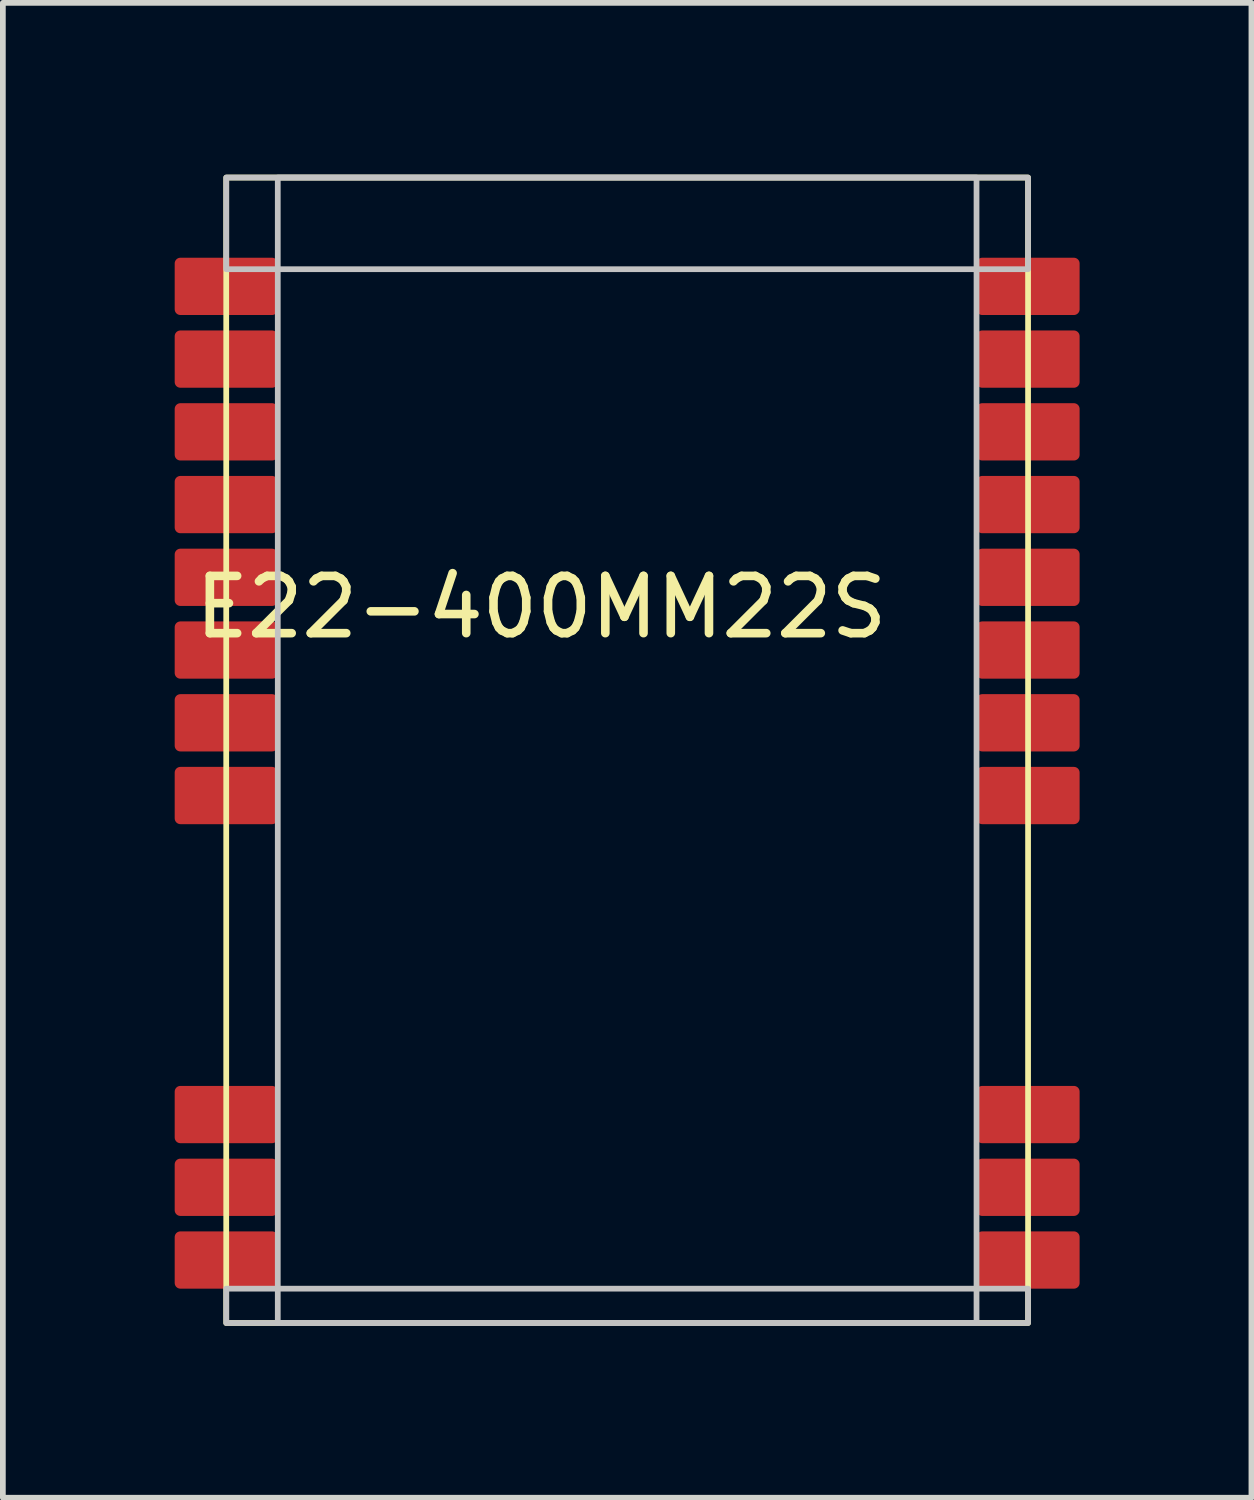
<source format=kicad_pcb>
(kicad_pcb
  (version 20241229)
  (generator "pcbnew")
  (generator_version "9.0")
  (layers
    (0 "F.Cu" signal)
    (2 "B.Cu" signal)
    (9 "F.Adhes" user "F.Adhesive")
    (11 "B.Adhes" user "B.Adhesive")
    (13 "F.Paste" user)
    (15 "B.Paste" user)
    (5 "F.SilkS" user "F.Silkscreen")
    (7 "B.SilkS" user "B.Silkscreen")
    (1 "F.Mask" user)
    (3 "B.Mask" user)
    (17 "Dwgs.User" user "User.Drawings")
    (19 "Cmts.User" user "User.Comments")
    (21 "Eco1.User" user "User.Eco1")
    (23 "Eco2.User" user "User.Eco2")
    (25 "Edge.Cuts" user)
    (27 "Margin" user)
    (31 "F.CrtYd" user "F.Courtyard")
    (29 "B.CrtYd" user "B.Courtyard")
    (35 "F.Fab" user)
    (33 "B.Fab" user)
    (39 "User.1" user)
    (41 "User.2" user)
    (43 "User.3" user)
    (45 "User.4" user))
  (footprint "E22-400MM22S"
    (layer "F.Cu")
    (at 6.4 7.55)
    (property "Reference" "E22-400MM22S" (at 0 0 0) (layer "F.SilkS") (effects (font (size 1 1) (thickness 0.15))))
    (attr through_hole)
    (fp_rect (start -6.3 -6) (end -4.7 -5.2) (stroke (width 0.2) (type solid)) (fill yes) (layer "F.Cu"))
    (fp_rect (start -6.3 -4.73) (end -4.7 -3.93) (stroke (width 0.2) (type solid)) (fill yes) (layer "F.Cu"))
    (fp_rect (start -6.3 -3.46) (end -4.7 -2.66) (stroke (width 0.2) (type solid)) (fill yes) (layer "F.Cu"))
    (fp_rect (start -6.3 -2.19) (end -4.7 -1.39) (stroke (width 0.2) (type solid)) (fill yes) (layer "F.Cu"))
    (fp_rect (start -6.3 -0.92) (end -4.7 -0.12) (stroke (width 0.2) (type solid)) (fill yes) (layer "F.Cu"))
    (fp_rect (start -6.3 0.35) (end -4.7 1.15) (stroke (width 0.2) (type solid)) (fill yes) (layer "F.Cu"))
    (fp_rect (start -6.3 1.62) (end -4.7 2.42) (stroke (width 0.2) (type solid)) (fill yes) (layer "F.Cu"))
    (fp_rect (start -6.3 2.89) (end -4.7 3.69) (stroke (width 0.2) (type solid)) (fill yes) (layer "F.Cu"))
    (fp_rect (start -6.3 8.46) (end -4.7 9.26) (stroke (width 0.2) (type solid)) (fill yes) (layer "F.Cu"))
    (fp_rect (start -6.3 9.73) (end -4.7 10.53) (stroke (width 0.2) (type solid)) (fill yes) (layer "F.Cu"))
    (fp_rect (start -6.3 11) (end -4.7 11.8) (stroke (width 0.2) (type solid)) (fill yes) (layer "F.Cu"))
    (fp_rect (start 7.7 -6) (end 9.3 -5.2) (stroke (width 0.2) (type solid)) (fill yes) (layer "F.Cu"))
    (fp_rect (start 7.7 -4.73) (end 9.3 -3.93) (stroke (width 0.2) (type solid)) (fill yes) (layer "F.Cu"))
    (fp_rect (start 7.7 -3.46) (end 9.3 -2.66) (stroke (width 0.2) (type solid)) (fill yes) (layer "F.Cu"))
    (fp_rect (start 7.7 -2.19) (end 9.3 -1.39) (stroke (width 0.2) (type solid)) (fill yes) (layer "F.Cu"))
    (fp_rect (start 7.7 -0.92) (end 9.3 -0.12) (stroke (width 0.2) (type solid)) (fill yes) (layer "F.Cu"))
    (fp_rect (start 7.7 0.35) (end 9.3 1.15) (stroke (width 0.2) (type solid)) (fill yes) (layer "F.Cu"))
    (fp_rect (start 7.7 1.62) (end 9.3 2.42) (stroke (width 0.2) (type solid)) (fill yes) (layer "F.Cu"))
    (fp_rect (start 7.7 2.89) (end 9.3 3.69) (stroke (width 0.2) (type solid)) (fill yes) (layer "F.Cu"))
    (fp_rect (start 7.7 8.46) (end 9.3 9.26) (stroke (width 0.2) (type solid)) (fill yes) (layer "F.Cu"))
    (fp_rect (start 7.7 9.73) (end 9.3 10.53) (stroke (width 0.2) (type solid)) (fill yes) (layer "F.Cu"))
    (fp_rect (start 7.7 11) (end 9.3 11.8) (stroke (width 0.2) (type solid)) (fill yes) (layer "F.Cu"))
    (fp_rect (start -5.5 -7.5) (end 8.5 12.5) (stroke (width 0.1) (type default)) (fill no) (layer "F.SilkS"))
    (fp_rect (start -5.5 -7.5) (end 8.5 -5.9) (stroke (width 0.1) (type solid)) (fill no) (layer "Dwgs.User"))
    (fp_rect (start -5.5 11.9) (end 8.5 12.5) (stroke (width 0.1) (type solid)) (fill no) (layer "Dwgs.User"))
    (fp_rect (start -4.6 -7.5) (end 7.6 12.5) (stroke (width 0.1) (type solid)) (fill no) (layer "Dwgs.User"))
    (pad "1" smd roundrect (at 8.5 11.4) (size 1.6 0.8) (layers "F.Cu" "F.Mask" "F.Paste") (roundrect_rratio 0.15))
    (pad "2" smd roundrect (at 8.5 10.13) (size 1.6 0.8) (layers "F.Cu" "F.Mask" "F.Paste") (roundrect_rratio 0.15))
    (pad "3" smd roundrect (at 8.5 8.86) (size 1.6 0.8) (layers "F.Cu" "F.Mask" "F.Paste") (roundrect_rratio 0.156))
    (pad "4" smd roundrect (at 8.5 3.29) (size 1.6 0.8) (layers "F.Cu" "F.Mask" "F.Paste") (roundrect_rratio 0.156))
    (pad "5" smd roundrect (at 8.5 2.02) (size 1.6 0.8) (layers "F.Cu" "F.Mask" "F.Paste") (roundrect_rratio 0.156))
    (pad "6" smd roundrect (at 8.5 0.75) (size 1.6 0.8) (layers "F.Cu" "F.Mask" "F.Paste") (roundrect_rratio 0.156))
    (pad "7" smd roundrect (at 8.5 -0.52) (size 1.6 0.8) (layers "F.Cu" "F.Mask" "F.Paste") (roundrect_rratio 0.156))
    (pad "8" smd roundrect (at 8.5 -1.79) (size 1.6 0.8) (layers "F.Cu" "F.Mask" "F.Paste") (roundrect_rratio 0.156))
    (pad "9" smd roundrect (at 8.5 -3.06) (size 1.6 0.8) (layers "F.Cu" "F.Mask" "F.Paste") (roundrect_rratio 0.156))
    (pad "10" smd roundrect (at 8.5 -4.33) (size 1.6 0.8) (layers "F.Cu" "F.Mask" "F.Paste") (roundrect_rratio 0.156))
    (pad "11" smd roundrect (at 8.5 -5.6) (size 1.6 0.8) (layers "F.Cu" "F.Mask" "F.Paste") (roundrect_rratio 0.156))
    (pad "12" smd roundrect (at -5.5 -5.6) (size 1.6 0.8) (layers "F.Cu" "F.Mask" "F.Paste") (roundrect_rratio 0.156))
    (pad "13" smd roundrect (at -5.5 -4.33) (size 1.6 0.8) (layers "F.Cu" "F.Mask" "F.Paste") (roundrect_rratio 0.156))
    (pad "14" smd roundrect (at -5.5 -3.06) (size 1.6 0.8) (layers "F.Cu" "F.Mask" "F.Paste") (roundrect_rratio 0.156))
    (pad "15" smd roundrect (at -5.5 -1.79) (size 1.6 0.8) (layers "F.Cu" "F.Mask" "F.Paste") (roundrect_rratio 0.156))
    (pad "16" smd roundrect (at -5.5 -0.52) (size 1.6 0.8) (layers "F.Cu" "F.Mask" "F.Paste") (roundrect_rratio 0.156))
    (pad "17" smd roundrect (at -5.5 0.75) (size 1.6 0.8) (layers "F.Cu" "F.Mask" "F.Paste") (roundrect_rratio 0.156))
    (pad "18" smd roundrect (at -5.5 2.02) (size 1.6 0.8) (layers "F.Cu" "F.Mask" "F.Paste") (roundrect_rratio 0.156))
    (pad "19" smd roundrect (at -5.5 3.29) (size 1.6 0.8) (layers "F.Cu" "F.Mask" "F.Paste") (roundrect_rratio 0.156))
    (pad "20" smd roundrect (at -5.5 8.86) (size 1.6 0.8) (layers "F.Cu" "F.Mask" "F.Paste") (roundrect_rratio 0.156))
    (pad "21" smd roundrect (at -5.5 10.13) (size 1.6 0.8) (layers "F.Cu" "F.Mask" "F.Paste") (roundrect_rratio 0.156))
    (pad "22" smd roundrect (at -5.5 11.4) (size 1.6 0.8) (layers "F.Cu" "F.Mask" "F.Paste") (roundrect_rratio 0.156)))
  (gr_rect
    (start -3 -3)
    (end 18.8 23.1)
    (stroke (width 0.1) (type default))
    (fill no)
    (layer "Edge.Cuts")))
</source>
